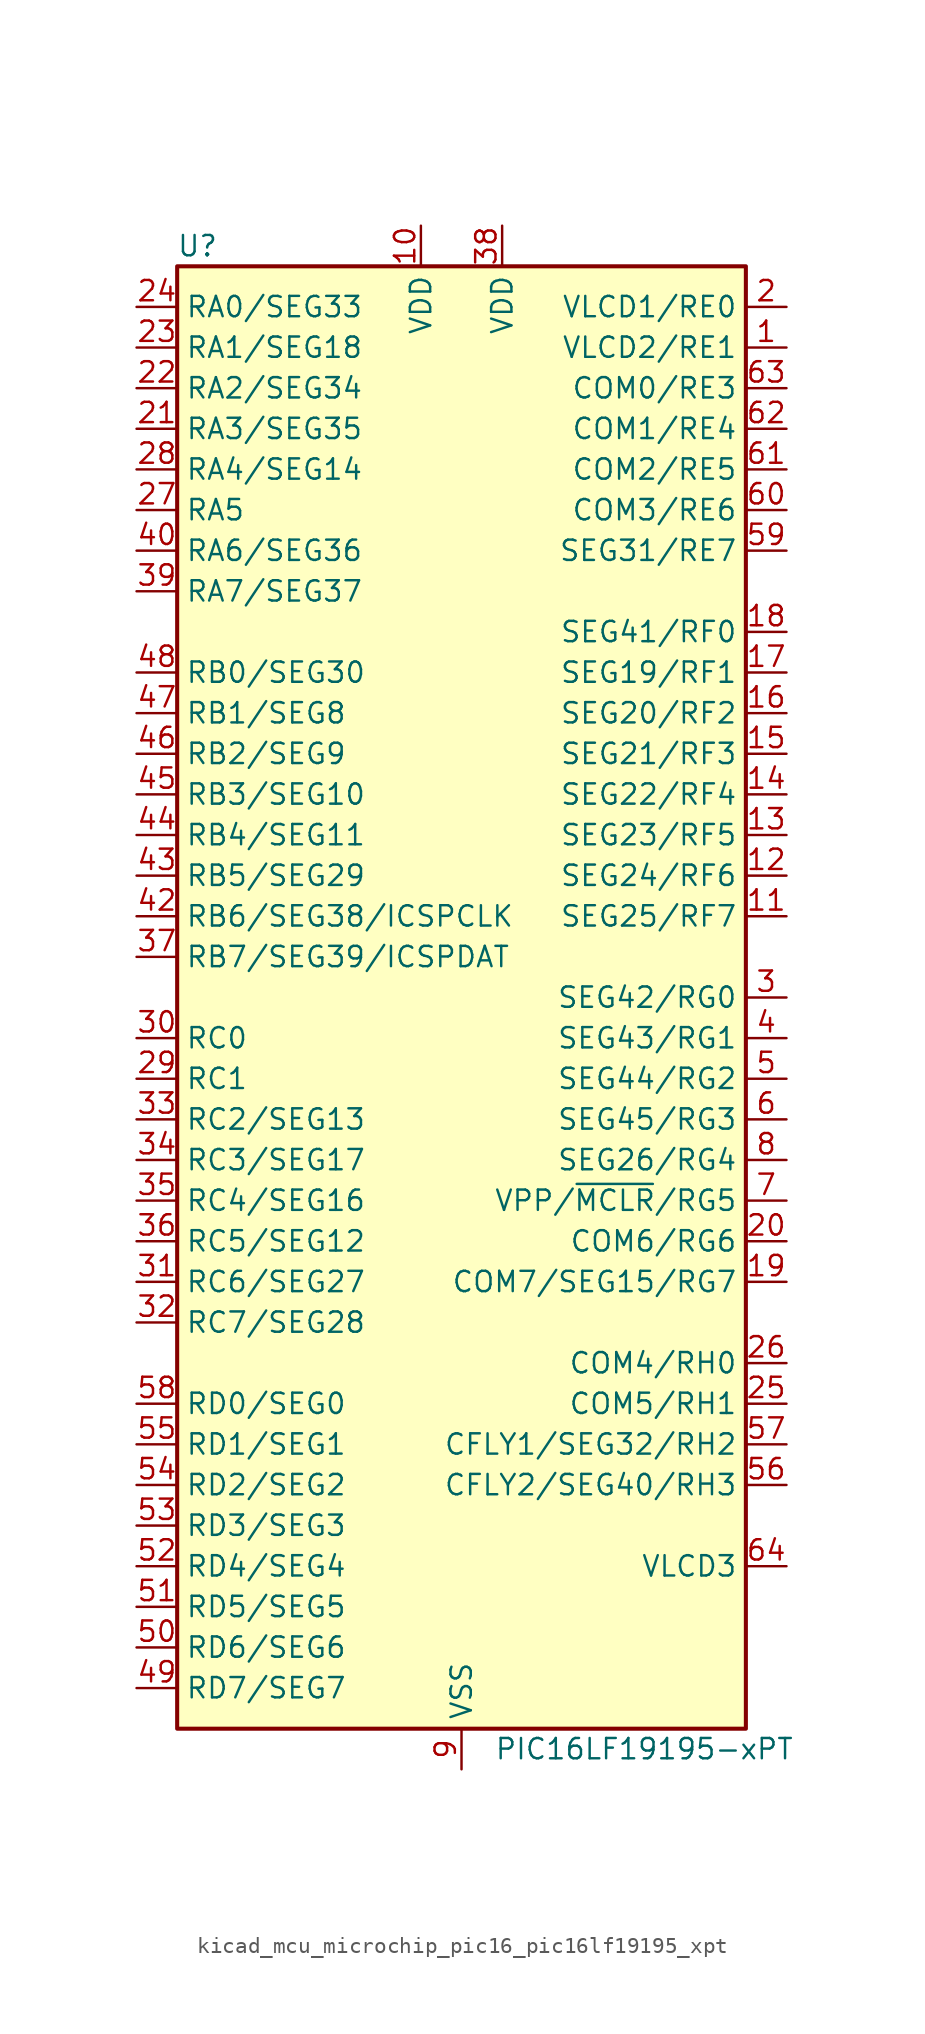
<source format=kicad_sym>
(kicad_symbol_lib
  (version 20220914)
  (generator kicad_symbol_editor)
  (symbol "kicad_mcu_microchip_pic16_pic16lf19195_xpt"
    (property "Reference" "U"
      (at -16.51 46.99 0)
      (effects (font (size 1.27 1.27))))
    (property "Value" "PIC16LF19195-xPT"
      (at 11.43 -46.99 0)
      (effects (font (size 1.27 1.27))))
    (symbol "kicad_mcu_microchip_pic16_pic16lf19195_xpt_0_1"
      (rectangle (start -17.78 45.72) (end 17.78 -45.72) (stroke (width 0.254) (type default)) (fill (type background))))
    (symbol "kicad_mcu_microchip_pic16_pic16lf19195_xpt_1_1"
      (pin bidirectional line (at 20.32 40.64 180) (length 2.54) (name "VLCD2/RE1" (effects (font (size 1.27 1.27)))) (number "1" (effects (font (size 1.27 1.27)))))
      (pin power_in line (at -2.54 48.26 270) (length 2.54) (name "VDD" (effects (font (size 1.27 1.27)))) (number "10" (effects (font (size 1.27 1.27)))))
      (pin bidirectional line (at 20.32 5.08 180) (length 2.54) (name "SEG25/RF7" (effects (font (size 1.27 1.27)))) (number "11" (effects (font (size 1.27 1.27)))))
      (pin bidirectional line (at 20.32 7.62 180) (length 2.54) (name "SEG24/RF6" (effects (font (size 1.27 1.27)))) (number "12" (effects (font (size 1.27 1.27)))))
      (pin bidirectional line (at 20.32 10.16 180) (length 2.54) (name "SEG23/RF5" (effects (font (size 1.27 1.27)))) (number "13" (effects (font (size 1.27 1.27)))))
      (pin bidirectional line (at 20.32 12.7 180) (length 2.54) (name "SEG22/RF4" (effects (font (size 1.27 1.27)))) (number "14" (effects (font (size 1.27 1.27)))))
      (pin bidirectional line (at 20.32 15.24 180) (length 2.54) (name "SEG21/RF3" (effects (font (size 1.27 1.27)))) (number "15" (effects (font (size 1.27 1.27)))))
      (pin bidirectional line (at 20.32 17.78 180) (length 2.54) (name "SEG20/RF2" (effects (font (size 1.27 1.27)))) (number "16" (effects (font (size 1.27 1.27)))))
      (pin bidirectional line (at 20.32 20.32 180) (length 2.54) (name "SEG19/RF1" (effects (font (size 1.27 1.27)))) (number "17" (effects (font (size 1.27 1.27)))))
      (pin bidirectional line (at 20.32 22.86 180) (length 2.54) (name "SEG41/RF0" (effects (font (size 1.27 1.27)))) (number "18" (effects (font (size 1.27 1.27)))))
      (pin bidirectional line (at 20.32 -17.78 180) (length 2.54) (name "COM7/SEG15/RG7" (effects (font (size 1.27 1.27)))) (number "19" (effects (font (size 1.27 1.27)))))
      (pin bidirectional line (at 20.32 43.18 180) (length 2.54) (name "VLCD1/RE0" (effects (font (size 1.27 1.27)))) (number "2" (effects (font (size 1.27 1.27)))))
      (pin bidirectional line (at 20.32 -15.24 180) (length 2.54) (name "COM6/RG6" (effects (font (size 1.27 1.27)))) (number "20" (effects (font (size 1.27 1.27)))))
      (pin bidirectional line (at -20.32 35.56 0) (length 2.54) (name "RA3/SEG35" (effects (font (size 1.27 1.27)))) (number "21" (effects (font (size 1.27 1.27)))))
      (pin bidirectional line (at -20.32 38.1 0) (length 2.54) (name "RA2/SEG34" (effects (font (size 1.27 1.27)))) (number "22" (effects (font (size 1.27 1.27)))))
      (pin bidirectional line (at -20.32 40.64 0) (length 2.54) (name "RA1/SEG18" (effects (font (size 1.27 1.27)))) (number "23" (effects (font (size 1.27 1.27)))))
      (pin bidirectional line (at -20.32 43.18 0) (length 2.54) (name "RA0/SEG33" (effects (font (size 1.27 1.27)))) (number "24" (effects (font (size 1.27 1.27)))))
      (pin bidirectional line (at 20.32 -25.4 180) (length 2.54) (name "COM5/RH1" (effects (font (size 1.27 1.27)))) (number "25" (effects (font (size 1.27 1.27)))))
      (pin bidirectional line (at 20.32 -22.86 180) (length 2.54) (name "COM4/RH0" (effects (font (size 1.27 1.27)))) (number "26" (effects (font (size 1.27 1.27)))))
      (pin bidirectional line (at -20.32 30.48 0) (length 2.54) (name "RA5" (effects (font (size 1.27 1.27)))) (number "27" (effects (font (size 1.27 1.27)))))
      (pin bidirectional line (at -20.32 33.02 0) (length 2.54) (name "RA4/SEG14" (effects (font (size 1.27 1.27)))) (number "28" (effects (font (size 1.27 1.27)))))
      (pin bidirectional line (at -20.32 -5.08 0) (length 2.54) (name "RC1" (effects (font (size 1.27 1.27)))) (number "29" (effects (font (size 1.27 1.27)))))
      (pin bidirectional line (at 20.32 0 180) (length 2.54) (name "SEG42/RG0" (effects (font (size 1.27 1.27)))) (number "3" (effects (font (size 1.27 1.27)))))
      (pin bidirectional line (at -20.32 -2.54 0) (length 2.54) (name "RC0" (effects (font (size 1.27 1.27)))) (number "30" (effects (font (size 1.27 1.27)))))
      (pin bidirectional line (at -20.32 -17.78 0) (length 2.54) (name "RC6/SEG27" (effects (font (size 1.27 1.27)))) (number "31" (effects (font (size 1.27 1.27)))))
      (pin bidirectional line (at -20.32 -20.32 0) (length 2.54) (name "RC7/SEG28" (effects (font (size 1.27 1.27)))) (number "32" (effects (font (size 1.27 1.27)))))
      (pin bidirectional line (at -20.32 -7.62 0) (length 2.54) (name "RC2/SEG13" (effects (font (size 1.27 1.27)))) (number "33" (effects (font (size 1.27 1.27)))))
      (pin bidirectional line (at -20.32 -10.16 0) (length 2.54) (name "RC3/SEG17" (effects (font (size 1.27 1.27)))) (number "34" (effects (font (size 1.27 1.27)))))
      (pin bidirectional line (at -20.32 -12.7 0) (length 2.54) (name "RC4/SEG16" (effects (font (size 1.27 1.27)))) (number "35" (effects (font (size 1.27 1.27)))))
      (pin bidirectional line (at -20.32 -15.24 0) (length 2.54) (name "RC5/SEG12" (effects (font (size 1.27 1.27)))) (number "36" (effects (font (size 1.27 1.27)))))
      (pin bidirectional line (at -20.32 2.54 0) (length 2.54) (name "RB7/SEG39/ICSPDAT" (effects (font (size 1.27 1.27)))) (number "37" (effects (font (size 1.27 1.27)))))
      (pin power_in line (at 2.54 48.26 270) (length 2.54) (name "VDD" (effects (font (size 1.27 1.27)))) (number "38" (effects (font (size 1.27 1.27)))))
      (pin bidirectional line (at -20.32 25.4 0) (length 2.54) (name "RA7/SEG37" (effects (font (size 1.27 1.27)))) (number "39" (effects (font (size 1.27 1.27)))))
      (pin bidirectional line (at 20.32 -2.54 180) (length 2.54) (name "SEG43/RG1" (effects (font (size 1.27 1.27)))) (number "4" (effects (font (size 1.27 1.27)))))
      (pin bidirectional line (at -20.32 27.94 0) (length 2.54) (name "RA6/SEG36" (effects (font (size 1.27 1.27)))) (number "40" (effects (font (size 1.27 1.27)))))
      (pin passive line (at 0 -48.26 90) (length 2.54) hide (name "VSS" (effects (font (size 1.27 1.27)))) (number "41" (effects (font (size 1.27 1.27)))))
      (pin bidirectional line (at -20.32 5.08 0) (length 2.54) (name "RB6/SEG38/ICSPCLK" (effects (font (size 1.27 1.27)))) (number "42" (effects (font (size 1.27 1.27)))))
      (pin bidirectional line (at -20.32 7.62 0) (length 2.54) (name "RB5/SEG29" (effects (font (size 1.27 1.27)))) (number "43" (effects (font (size 1.27 1.27)))))
      (pin bidirectional line (at -20.32 10.16 0) (length 2.54) (name "RB4/SEG11" (effects (font (size 1.27 1.27)))) (number "44" (effects (font (size 1.27 1.27)))))
      (pin bidirectional line (at -20.32 12.7 0) (length 2.54) (name "RB3/SEG10" (effects (font (size 1.27 1.27)))) (number "45" (effects (font (size 1.27 1.27)))))
      (pin bidirectional line (at -20.32 15.24 0) (length 2.54) (name "RB2/SEG9" (effects (font (size 1.27 1.27)))) (number "46" (effects (font (size 1.27 1.27)))))
      (pin bidirectional line (at -20.32 17.78 0) (length 2.54) (name "RB1/SEG8" (effects (font (size 1.27 1.27)))) (number "47" (effects (font (size 1.27 1.27)))))
      (pin bidirectional line (at -20.32 20.32 0) (length 2.54) (name "RB0/SEG30" (effects (font (size 1.27 1.27)))) (number "48" (effects (font (size 1.27 1.27)))))
      (pin bidirectional line (at -20.32 -43.18 0) (length 2.54) (name "RD7/SEG7" (effects (font (size 1.27 1.27)))) (number "49" (effects (font (size 1.27 1.27)))))
      (pin bidirectional line (at 20.32 -5.08 180) (length 2.54) (name "SEG44/RG2" (effects (font (size 1.27 1.27)))) (number "5" (effects (font (size 1.27 1.27)))))
      (pin bidirectional line (at -20.32 -40.64 0) (length 2.54) (name "RD6/SEG6" (effects (font (size 1.27 1.27)))) (number "50" (effects (font (size 1.27 1.27)))))
      (pin bidirectional line (at -20.32 -38.1 0) (length 2.54) (name "RD5/SEG5" (effects (font (size 1.27 1.27)))) (number "51" (effects (font (size 1.27 1.27)))))
      (pin bidirectional line (at -20.32 -35.56 0) (length 2.54) (name "RD4/SEG4" (effects (font (size 1.27 1.27)))) (number "52" (effects (font (size 1.27 1.27)))))
      (pin bidirectional line (at -20.32 -33.02 0) (length 2.54) (name "RD3/SEG3" (effects (font (size 1.27 1.27)))) (number "53" (effects (font (size 1.27 1.27)))))
      (pin bidirectional line (at -20.32 -30.48 0) (length 2.54) (name "RD2/SEG2" (effects (font (size 1.27 1.27)))) (number "54" (effects (font (size 1.27 1.27)))))
      (pin bidirectional line (at -20.32 -27.94 0) (length 2.54) (name "RD1/SEG1" (effects (font (size 1.27 1.27)))) (number "55" (effects (font (size 1.27 1.27)))))
      (pin bidirectional line (at 20.32 -30.48 180) (length 2.54) (name "CFLY2/SEG40/RH3" (effects (font (size 1.27 1.27)))) (number "56" (effects (font (size 1.27 1.27)))))
      (pin bidirectional line (at 20.32 -27.94 180) (length 2.54) (name "CFLY1/SEG32/RH2" (effects (font (size 1.27 1.27)))) (number "57" (effects (font (size 1.27 1.27)))))
      (pin bidirectional line (at -20.32 -25.4 0) (length 2.54) (name "RD0/SEG0" (effects (font (size 1.27 1.27)))) (number "58" (effects (font (size 1.27 1.27)))))
      (pin bidirectional line (at 20.32 27.94 180) (length 2.54) (name "SEG31/RE7" (effects (font (size 1.27 1.27)))) (number "59" (effects (font (size 1.27 1.27)))))
      (pin bidirectional line (at 20.32 -7.62 180) (length 2.54) (name "SEG45/RG3" (effects (font (size 1.27 1.27)))) (number "6" (effects (font (size 1.27 1.27)))))
      (pin bidirectional line (at 20.32 30.48 180) (length 2.54) (name "COM3/RE6" (effects (font (size 1.27 1.27)))) (number "60" (effects (font (size 1.27 1.27)))))
      (pin bidirectional line (at 20.32 33.02 180) (length 2.54) (name "COM2/RE5" (effects (font (size 1.27 1.27)))) (number "61" (effects (font (size 1.27 1.27)))))
      (pin bidirectional line (at 20.32 35.56 180) (length 2.54) (name "COM1/RE4" (effects (font (size 1.27 1.27)))) (number "62" (effects (font (size 1.27 1.27)))))
      (pin bidirectional line (at 20.32 38.1 180) (length 2.54) (name "COM0/RE3" (effects (font (size 1.27 1.27)))) (number "63" (effects (font (size 1.27 1.27)))))
      (pin input line (at 20.32 -35.56 180) (length 2.54) (name "VLCD3" (effects (font (size 1.27 1.27)))) (number "64" (effects (font (size 1.27 1.27)))))
      (pin bidirectional line (at 20.32 -12.7 180) (length 2.54) (name "VPP/~{MCLR}/RG5" (effects (font (size 1.27 1.27)))) (number "7" (effects (font (size 1.27 1.27)))))
      (pin bidirectional line (at 20.32 -10.16 180) (length 2.54) (name "SEG26/RG4" (effects (font (size 1.27 1.27)))) (number "8" (effects (font (size 1.27 1.27)))))
      (pin power_in line (at 0 -48.26 90) (length 2.54) (name "VSS" (effects (font (size 1.27 1.27)))) (number "9" (effects (font (size 1.27 1.27))))))))
</source>
